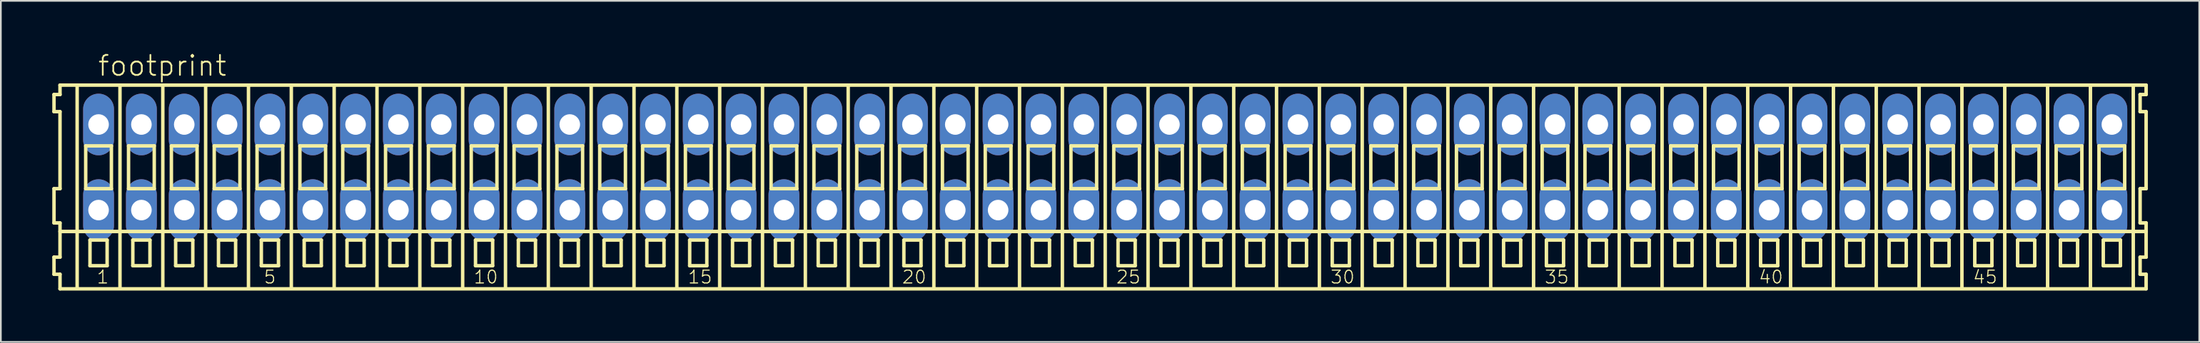
<source format=kicad_pcb>
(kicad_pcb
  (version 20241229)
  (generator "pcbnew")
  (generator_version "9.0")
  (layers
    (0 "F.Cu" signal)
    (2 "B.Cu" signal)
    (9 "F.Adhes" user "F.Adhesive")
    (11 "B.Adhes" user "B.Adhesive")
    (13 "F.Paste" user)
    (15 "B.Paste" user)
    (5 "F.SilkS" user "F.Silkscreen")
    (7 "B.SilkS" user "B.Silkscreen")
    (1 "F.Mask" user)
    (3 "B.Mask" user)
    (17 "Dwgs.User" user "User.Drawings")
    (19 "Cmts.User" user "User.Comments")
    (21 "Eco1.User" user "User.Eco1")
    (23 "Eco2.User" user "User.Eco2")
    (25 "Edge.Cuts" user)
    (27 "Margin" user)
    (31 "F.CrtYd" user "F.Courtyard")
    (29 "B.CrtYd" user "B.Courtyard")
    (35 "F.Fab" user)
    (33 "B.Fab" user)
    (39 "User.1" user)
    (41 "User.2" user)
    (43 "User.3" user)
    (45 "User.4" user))
  (footprint "footprint"
    (layer "F.Cu")
    (at 61.452 6.723)
    (property "Reference" "footprint" (at -58.85 -5.25 0) (layer "F.SilkS") (effects (font (size 1.168 1.168) (thickness 0.102)) (justify left bottom)))
    (fp_line (start -61.35 -4.25) (end -61.35 -3.25) (stroke (width 0.203) (type solid)) (layer "F.SilkS"))
    (fp_line (start -61.35 -3.25) (end -61 -3.25) (stroke (width 0.203) (type solid)) (layer "F.SilkS"))
    (fp_line (start -61.35 1.25) (end -61.35 3.25) (stroke (width 0.203) (type solid)) (layer "F.SilkS"))
    (fp_line (start -61.35 3.25) (end -61 3.25) (stroke (width 0.203) (type solid)) (layer "F.SilkS"))
    (fp_line (start -61.35 5.25) (end -61.35 6.25) (stroke (width 0.203) (type solid)) (layer "F.SilkS"))
    (fp_line (start -61.35 6.25) (end -61 6.25) (stroke (width 0.203) (type solid)) (layer "F.SilkS"))
    (fp_line (start -61 -4.8) (end -61 -4.25) (stroke (width 0.203) (type solid)) (layer "F.SilkS"))
    (fp_line (start -61 -4.25) (end -61.35 -4.25) (stroke (width 0.203) (type solid)) (layer "F.SilkS"))
    (fp_line (start -61 -3.25) (end -61 1.25) (stroke (width 0.203) (type solid)) (layer "F.SilkS"))
    (fp_line (start -61 1.25) (end -61.35 1.25) (stroke (width 0.203) (type solid)) (layer "F.SilkS"))
    (fp_line (start -61 3.25) (end -61 5.25) (stroke (width 0.203) (type solid)) (layer "F.SilkS"))
    (fp_line (start -61 3.75) (end 60.75 3.75) (stroke (width 0.203) (type solid)) (layer "F.SilkS"))
    (fp_line (start -61 5.25) (end -61.35 5.25) (stroke (width 0.203) (type solid)) (layer "F.SilkS"))
    (fp_line (start -61 6.25) (end -61 7.1) (stroke (width 0.203) (type solid)) (layer "F.SilkS"))
    (fp_line (start -61 7.1) (end 60.75 7.1) (stroke (width 0.203) (type solid)) (layer "F.SilkS"))
    (fp_line (start -60 -4.75) (end -60 7) (stroke (width 0.203) (type solid)) (layer "F.SilkS"))
    (fp_line (start -59.5 -1.25) (end -59.5 1.25) (stroke (width 0.203) (type solid)) (layer "F.SilkS"))
    (fp_line (start -59.5 1.25) (end -58 1.25) (stroke (width 0.203) (type solid)) (layer "F.SilkS"))
    (fp_line (start -59.25 4.25) (end -59.25 5.75) (stroke (width 0.203) (type solid)) (layer "F.SilkS"))
    (fp_line (start -59.25 5.75) (end -58.25 5.75) (stroke (width 0.203) (type solid)) (layer "F.SilkS"))
    (fp_line (start -58.25 4.25) (end -59.25 4.25) (stroke (width 0.203) (type solid)) (layer "F.SilkS"))
    (fp_line (start -58.25 5.75) (end -58.25 4.25) (stroke (width 0.203) (type solid)) (layer "F.SilkS"))
    (fp_line (start -58 -1.25) (end -59.5 -1.25) (stroke (width 0.203) (type solid)) (layer "F.SilkS"))
    (fp_line (start -58 1.25) (end -58 -1.25) (stroke (width 0.203) (type solid)) (layer "F.SilkS"))
    (fp_line (start -57.5 -4.75) (end -57.5 7) (stroke (width 0.203) (type solid)) (layer "F.SilkS"))
    (fp_line (start -57 -1.25) (end -57 1.25) (stroke (width 0.203) (type solid)) (layer "F.SilkS"))
    (fp_line (start -57 1.25) (end -55.5 1.25) (stroke (width 0.203) (type solid)) (layer "F.SilkS"))
    (fp_line (start -56.75 4.25) (end -56.75 5.75) (stroke (width 0.203) (type solid)) (layer "F.SilkS"))
    (fp_line (start -56.75 5.75) (end -55.75 5.75) (stroke (width 0.203) (type solid)) (layer "F.SilkS"))
    (fp_line (start -55.75 4.25) (end -56.75 4.25) (stroke (width 0.203) (type solid)) (layer "F.SilkS"))
    (fp_line (start -55.75 5.75) (end -55.75 4.25) (stroke (width 0.203) (type solid)) (layer "F.SilkS"))
    (fp_line (start -55.5 -1.25) (end -57 -1.25) (stroke (width 0.203) (type solid)) (layer "F.SilkS"))
    (fp_line (start -55.5 1.25) (end -55.5 -1.25) (stroke (width 0.203) (type solid)) (layer "F.SilkS"))
    (fp_line (start -55 -4.75) (end -55 7) (stroke (width 0.203) (type solid)) (layer "F.SilkS"))
    (fp_line (start -54.5 -1.25) (end -54.5 1.25) (stroke (width 0.203) (type solid)) (layer "F.SilkS"))
    (fp_line (start -54.5 1.25) (end -53 1.25) (stroke (width 0.203) (type solid)) (layer "F.SilkS"))
    (fp_line (start -54.25 4.25) (end -54.25 5.75) (stroke (width 0.203) (type solid)) (layer "F.SilkS"))
    (fp_line (start -54.25 5.75) (end -53.25 5.75) (stroke (width 0.203) (type solid)) (layer "F.SilkS"))
    (fp_line (start -53.25 4.25) (end -54.25 4.25) (stroke (width 0.203) (type solid)) (layer "F.SilkS"))
    (fp_line (start -53.25 5.75) (end -53.25 4.25) (stroke (width 0.203) (type solid)) (layer "F.SilkS"))
    (fp_line (start -53 -1.25) (end -54.5 -1.25) (stroke (width 0.203) (type solid)) (layer "F.SilkS"))
    (fp_line (start -53 1.25) (end -53 -1.25) (stroke (width 0.203) (type solid)) (layer "F.SilkS"))
    (fp_line (start -52.5 -4.75) (end -52.5 7) (stroke (width 0.203) (type solid)) (layer "F.SilkS"))
    (fp_line (start -52 -1.25) (end -52 1.25) (stroke (width 0.203) (type solid)) (layer "F.SilkS"))
    (fp_line (start -52 1.25) (end -50.5 1.25) (stroke (width 0.203) (type solid)) (layer "F.SilkS"))
    (fp_line (start -51.75 4.25) (end -51.75 5.75) (stroke (width 0.203) (type solid)) (layer "F.SilkS"))
    (fp_line (start -51.75 5.75) (end -50.75 5.75) (stroke (width 0.203) (type solid)) (layer "F.SilkS"))
    (fp_line (start -50.75 4.25) (end -51.75 4.25) (stroke (width 0.203) (type solid)) (layer "F.SilkS"))
    (fp_line (start -50.75 5.75) (end -50.75 4.25) (stroke (width 0.203) (type solid)) (layer "F.SilkS"))
    (fp_line (start -50.5 -1.25) (end -52 -1.25) (stroke (width 0.203) (type solid)) (layer "F.SilkS"))
    (fp_line (start -50.5 1.25) (end -50.5 -1.25) (stroke (width 0.203) (type solid)) (layer "F.SilkS"))
    (fp_line (start -50 -4.75) (end -50 7) (stroke (width 0.203) (type solid)) (layer "F.SilkS"))
    (fp_line (start -49.5 -1.25) (end -49.5 1.25) (stroke (width 0.203) (type solid)) (layer "F.SilkS"))
    (fp_line (start -49.5 1.25) (end -48 1.25) (stroke (width 0.203) (type solid)) (layer "F.SilkS"))
    (fp_line (start -49.25 4.25) (end -49.25 5.75) (stroke (width 0.203) (type solid)) (layer "F.SilkS"))
    (fp_line (start -49.25 5.75) (end -48.25 5.75) (stroke (width 0.203) (type solid)) (layer "F.SilkS"))
    (fp_line (start -48.25 4.25) (end -49.25 4.25) (stroke (width 0.203) (type solid)) (layer "F.SilkS"))
    (fp_line (start -48.25 5.75) (end -48.25 4.25) (stroke (width 0.203) (type solid)) (layer "F.SilkS"))
    (fp_line (start -48 -1.25) (end -49.5 -1.25) (stroke (width 0.203) (type solid)) (layer "F.SilkS"))
    (fp_line (start -48 1.25) (end -48 -1.25) (stroke (width 0.203) (type solid)) (layer "F.SilkS"))
    (fp_line (start -47.5 -4.75) (end -47.5 7) (stroke (width 0.203) (type solid)) (layer "F.SilkS"))
    (fp_line (start -47 -1.25) (end -47 1.25) (stroke (width 0.203) (type solid)) (layer "F.SilkS"))
    (fp_line (start -47 1.25) (end -45.5 1.25) (stroke (width 0.203) (type solid)) (layer "F.SilkS"))
    (fp_line (start -46.75 4.25) (end -46.75 5.75) (stroke (width 0.203) (type solid)) (layer "F.SilkS"))
    (fp_line (start -46.75 5.75) (end -45.75 5.75) (stroke (width 0.203) (type solid)) (layer "F.SilkS"))
    (fp_line (start -45.75 4.25) (end -46.75 4.25) (stroke (width 0.203) (type solid)) (layer "F.SilkS"))
    (fp_line (start -45.75 5.75) (end -45.75 4.25) (stroke (width 0.203) (type solid)) (layer "F.SilkS"))
    (fp_line (start -45.5 -1.25) (end -47 -1.25) (stroke (width 0.203) (type solid)) (layer "F.SilkS"))
    (fp_line (start -45.5 1.25) (end -45.5 -1.25) (stroke (width 0.203) (type solid)) (layer "F.SilkS"))
    (fp_line (start -45 -4.75) (end -45 7) (stroke (width 0.203) (type solid)) (layer "F.SilkS"))
    (fp_line (start -44.5 -1.25) (end -44.5 1.25) (stroke (width 0.203) (type solid)) (layer "F.SilkS"))
    (fp_line (start -44.5 1.25) (end -43 1.25) (stroke (width 0.203) (type solid)) (layer "F.SilkS"))
    (fp_line (start -44.25 4.25) (end -44.25 5.75) (stroke (width 0.203) (type solid)) (layer "F.SilkS"))
    (fp_line (start -44.25 5.75) (end -43.25 5.75) (stroke (width 0.203) (type solid)) (layer "F.SilkS"))
    (fp_line (start -43.25 4.25) (end -44.25 4.25) (stroke (width 0.203) (type solid)) (layer "F.SilkS"))
    (fp_line (start -43.25 5.75) (end -43.25 4.25) (stroke (width 0.203) (type solid)) (layer "F.SilkS"))
    (fp_line (start -43 -1.25) (end -44.5 -1.25) (stroke (width 0.203) (type solid)) (layer "F.SilkS"))
    (fp_line (start -43 1.25) (end -43 -1.25) (stroke (width 0.203) (type solid)) (layer "F.SilkS"))
    (fp_line (start -42.5 -4.75) (end -42.5 7) (stroke (width 0.203) (type solid)) (layer "F.SilkS"))
    (fp_line (start -42 -1.25) (end -42 1.25) (stroke (width 0.203) (type solid)) (layer "F.SilkS"))
    (fp_line (start -42 1.25) (end -40.5 1.25) (stroke (width 0.203) (type solid)) (layer "F.SilkS"))
    (fp_line (start -41.75 4.25) (end -41.75 5.75) (stroke (width 0.203) (type solid)) (layer "F.SilkS"))
    (fp_line (start -41.75 5.75) (end -40.75 5.75) (stroke (width 0.203) (type solid)) (layer "F.SilkS"))
    (fp_line (start -40.75 4.25) (end -41.75 4.25) (stroke (width 0.203) (type solid)) (layer "F.SilkS"))
    (fp_line (start -40.75 5.75) (end -40.75 4.25) (stroke (width 0.203) (type solid)) (layer "F.SilkS"))
    (fp_line (start -40.5 -1.25) (end -42 -1.25) (stroke (width 0.203) (type solid)) (layer "F.SilkS"))
    (fp_line (start -40.5 1.25) (end -40.5 -1.25) (stroke (width 0.203) (type solid)) (layer "F.SilkS"))
    (fp_line (start -40 -4.75) (end -40 7) (stroke (width 0.203) (type solid)) (layer "F.SilkS"))
    (fp_line (start -39.5 -1.25) (end -39.5 1.25) (stroke (width 0.203) (type solid)) (layer "F.SilkS"))
    (fp_line (start -39.5 1.25) (end -38 1.25) (stroke (width 0.203) (type solid)) (layer "F.SilkS"))
    (fp_line (start -39.25 4.25) (end -39.25 5.75) (stroke (width 0.203) (type solid)) (layer "F.SilkS"))
    (fp_line (start -39.25 5.75) (end -38.25 5.75) (stroke (width 0.203) (type solid)) (layer "F.SilkS"))
    (fp_line (start -38.25 4.25) (end -39.25 4.25) (stroke (width 0.203) (type solid)) (layer "F.SilkS"))
    (fp_line (start -38.25 5.75) (end -38.25 4.25) (stroke (width 0.203) (type solid)) (layer "F.SilkS"))
    (fp_line (start -38 -1.25) (end -39.5 -1.25) (stroke (width 0.203) (type solid)) (layer "F.SilkS"))
    (fp_line (start -38 1.25) (end -38 -1.25) (stroke (width 0.203) (type solid)) (layer "F.SilkS"))
    (fp_line (start -37.5 -4.75) (end -37.5 7) (stroke (width 0.203) (type solid)) (layer "F.SilkS"))
    (fp_line (start -37 -1.25) (end -37 1.25) (stroke (width 0.203) (type solid)) (layer "F.SilkS"))
    (fp_line (start -37 1.25) (end -35.5 1.25) (stroke (width 0.203) (type solid)) (layer "F.SilkS"))
    (fp_line (start -36.75 4.25) (end -36.75 5.75) (stroke (width 0.203) (type solid)) (layer "F.SilkS"))
    (fp_line (start -36.75 5.75) (end -35.75 5.75) (stroke (width 0.203) (type solid)) (layer "F.SilkS"))
    (fp_line (start -35.75 4.25) (end -36.75 4.25) (stroke (width 0.203) (type solid)) (layer "F.SilkS"))
    (fp_line (start -35.75 5.75) (end -35.75 4.25) (stroke (width 0.203) (type solid)) (layer "F.SilkS"))
    (fp_line (start -35.5 -1.25) (end -37 -1.25) (stroke (width 0.203) (type solid)) (layer "F.SilkS"))
    (fp_line (start -35.5 1.25) (end -35.5 -1.25) (stroke (width 0.203) (type solid)) (layer "F.SilkS"))
    (fp_line (start -35 -4.75) (end -35 7) (stroke (width 0.203) (type solid)) (layer "F.SilkS"))
    (fp_line (start -34.5 -1.25) (end -34.5 1.25) (stroke (width 0.203) (type solid)) (layer "F.SilkS"))
    (fp_line (start -34.5 1.25) (end -33 1.25) (stroke (width 0.203) (type solid)) (layer "F.SilkS"))
    (fp_line (start -34.25 4.25) (end -34.25 5.75) (stroke (width 0.203) (type solid)) (layer "F.SilkS"))
    (fp_line (start -34.25 5.75) (end -33.25 5.75) (stroke (width 0.203) (type solid)) (layer "F.SilkS"))
    (fp_line (start -33.25 4.25) (end -34.25 4.25) (stroke (width 0.203) (type solid)) (layer "F.SilkS"))
    (fp_line (start -33.25 5.75) (end -33.25 4.25) (stroke (width 0.203) (type solid)) (layer "F.SilkS"))
    (fp_line (start -33 -1.25) (end -34.5 -1.25) (stroke (width 0.203) (type solid)) (layer "F.SilkS"))
    (fp_line (start -33 1.25) (end -33 -1.25) (stroke (width 0.203) (type solid)) (layer "F.SilkS"))
    (fp_line (start -32.5 -4.75) (end -32.5 7) (stroke (width 0.203) (type solid)) (layer "F.SilkS"))
    (fp_line (start -32 -1.25) (end -32 1.25) (stroke (width 0.203) (type solid)) (layer "F.SilkS"))
    (fp_line (start -32 1.25) (end -30.5 1.25) (stroke (width 0.203) (type solid)) (layer "F.SilkS"))
    (fp_line (start -31.75 4.25) (end -31.75 5.75) (stroke (width 0.203) (type solid)) (layer "F.SilkS"))
    (fp_line (start -31.75 5.75) (end -30.75 5.75) (stroke (width 0.203) (type solid)) (layer "F.SilkS"))
    (fp_line (start -30.75 4.25) (end -31.75 4.25) (stroke (width 0.203) (type solid)) (layer "F.SilkS"))
    (fp_line (start -30.75 5.75) (end -30.75 4.25) (stroke (width 0.203) (type solid)) (layer "F.SilkS"))
    (fp_line (start -30.5 -1.25) (end -32 -1.25) (stroke (width 0.203) (type solid)) (layer "F.SilkS"))
    (fp_line (start -30.5 1.25) (end -30.5 -1.25) (stroke (width 0.203) (type solid)) (layer "F.SilkS"))
    (fp_line (start -30 -4.75) (end -30 7) (stroke (width 0.203) (type solid)) (layer "F.SilkS"))
    (fp_line (start -29.5 -1.25) (end -29.5 1.25) (stroke (width 0.203) (type solid)) (layer "F.SilkS"))
    (fp_line (start -29.5 1.25) (end -28 1.25) (stroke (width 0.203) (type solid)) (layer "F.SilkS"))
    (fp_line (start -29.25 4.25) (end -29.25 5.75) (stroke (width 0.203) (type solid)) (layer "F.SilkS"))
    (fp_line (start -29.25 5.75) (end -28.25 5.75) (stroke (width 0.203) (type solid)) (layer "F.SilkS"))
    (fp_line (start -28.25 4.25) (end -29.25 4.25) (stroke (width 0.203) (type solid)) (layer "F.SilkS"))
    (fp_line (start -28.25 5.75) (end -28.25 4.25) (stroke (width 0.203) (type solid)) (layer "F.SilkS"))
    (fp_line (start -28 -1.25) (end -29.5 -1.25) (stroke (width 0.203) (type solid)) (layer "F.SilkS"))
    (fp_line (start -28 1.25) (end -28 -1.25) (stroke (width 0.203) (type solid)) (layer "F.SilkS"))
    (fp_line (start -27.5 -4.75) (end -27.5 7) (stroke (width 0.203) (type solid)) (layer "F.SilkS"))
    (fp_line (start -27 -1.25) (end -27 1.25) (stroke (width 0.203) (type solid)) (layer "F.SilkS"))
    (fp_line (start -27 1.25) (end -25.5 1.25) (stroke (width 0.203) (type solid)) (layer "F.SilkS"))
    (fp_line (start -26.75 4.25) (end -26.75 5.75) (stroke (width 0.203) (type solid)) (layer "F.SilkS"))
    (fp_line (start -26.75 5.75) (end -25.75 5.75) (stroke (width 0.203) (type solid)) (layer "F.SilkS"))
    (fp_line (start -25.75 4.25) (end -26.75 4.25) (stroke (width 0.203) (type solid)) (layer "F.SilkS"))
    (fp_line (start -25.75 5.75) (end -25.75 4.25) (stroke (width 0.203) (type solid)) (layer "F.SilkS"))
    (fp_line (start -25.5 -1.25) (end -27 -1.25) (stroke (width 0.203) (type solid)) (layer "F.SilkS"))
    (fp_line (start -25.5 1.25) (end -25.5 -1.25) (stroke (width 0.203) (type solid)) (layer "F.SilkS"))
    (fp_line (start -25 -4.75) (end -25 7) (stroke (width 0.203) (type solid)) (layer "F.SilkS"))
    (fp_line (start -24.5 -1.25) (end -24.5 1.25) (stroke (width 0.203) (type solid)) (layer "F.SilkS"))
    (fp_line (start -24.5 1.25) (end -23 1.25) (stroke (width 0.203) (type solid)) (layer "F.SilkS"))
    (fp_line (start -24.25 4.25) (end -24.25 5.75) (stroke (width 0.203) (type solid)) (layer "F.SilkS"))
    (fp_line (start -24.25 5.75) (end -23.25 5.75) (stroke (width 0.203) (type solid)) (layer "F.SilkS"))
    (fp_line (start -23.25 4.25) (end -24.25 4.25) (stroke (width 0.203) (type solid)) (layer "F.SilkS"))
    (fp_line (start -23.25 5.75) (end -23.25 4.25) (stroke (width 0.203) (type solid)) (layer "F.SilkS"))
    (fp_line (start -23 -1.25) (end -24.5 -1.25) (stroke (width 0.203) (type solid)) (layer "F.SilkS"))
    (fp_line (start -23 1.25) (end -23 -1.25) (stroke (width 0.203) (type solid)) (layer "F.SilkS"))
    (fp_line (start -22.5 -4.75) (end -22.5 7) (stroke (width 0.203) (type solid)) (layer "F.SilkS"))
    (fp_line (start -22 -1.25) (end -22 1.25) (stroke (width 0.203) (type solid)) (layer "F.SilkS"))
    (fp_line (start -22 1.25) (end -20.5 1.25) (stroke (width 0.203) (type solid)) (layer "F.SilkS"))
    (fp_line (start -21.75 4.25) (end -21.75 5.75) (stroke (width 0.203) (type solid)) (layer "F.SilkS"))
    (fp_line (start -21.75 5.75) (end -20.75 5.75) (stroke (width 0.203) (type solid)) (layer "F.SilkS"))
    (fp_line (start -20.75 4.25) (end -21.75 4.25) (stroke (width 0.203) (type solid)) (layer "F.SilkS"))
    (fp_line (start -20.75 5.75) (end -20.75 4.25) (stroke (width 0.203) (type solid)) (layer "F.SilkS"))
    (fp_line (start -20.5 -1.25) (end -22 -1.25) (stroke (width 0.203) (type solid)) (layer "F.SilkS"))
    (fp_line (start -20.5 1.25) (end -20.5 -1.25) (stroke (width 0.203) (type solid)) (layer "F.SilkS"))
    (fp_line (start -20 -4.75) (end -20 7) (stroke (width 0.203) (type solid)) (layer "F.SilkS"))
    (fp_line (start -19.5 -1.25) (end -19.5 1.25) (stroke (width 0.203) (type solid)) (layer "F.SilkS"))
    (fp_line (start -19.5 1.25) (end -18 1.25) (stroke (width 0.203) (type solid)) (layer "F.SilkS"))
    (fp_line (start -19.25 4.25) (end -19.25 5.75) (stroke (width 0.203) (type solid)) (layer "F.SilkS"))
    (fp_line (start -19.25 5.75) (end -18.25 5.75) (stroke (width 0.203) (type solid)) (layer "F.SilkS"))
    (fp_line (start -18.25 4.25) (end -19.25 4.25) (stroke (width 0.203) (type solid)) (layer "F.SilkS"))
    (fp_line (start -18.25 5.75) (end -18.25 4.25) (stroke (width 0.203) (type solid)) (layer "F.SilkS"))
    (fp_line (start -18 -1.25) (end -19.5 -1.25) (stroke (width 0.203) (type solid)) (layer "F.SilkS"))
    (fp_line (start -18 1.25) (end -18 -1.25) (stroke (width 0.203) (type solid)) (layer "F.SilkS"))
    (fp_line (start -17.5 -4.75) (end -17.5 7) (stroke (width 0.203) (type solid)) (layer "F.SilkS"))
    (fp_line (start -17 -1.25) (end -17 1.25) (stroke (width 0.203) (type solid)) (layer "F.SilkS"))
    (fp_line (start -17 1.25) (end -15.5 1.25) (stroke (width 0.203) (type solid)) (layer "F.SilkS"))
    (fp_line (start -16.75 4.25) (end -16.75 5.75) (stroke (width 0.203) (type solid)) (layer "F.SilkS"))
    (fp_line (start -16.75 5.75) (end -15.75 5.75) (stroke (width 0.203) (type solid)) (layer "F.SilkS"))
    (fp_line (start -15.75 4.25) (end -16.75 4.25) (stroke (width 0.203) (type solid)) (layer "F.SilkS"))
    (fp_line (start -15.75 5.75) (end -15.75 4.25) (stroke (width 0.203) (type solid)) (layer "F.SilkS"))
    (fp_line (start -15.5 -1.25) (end -17 -1.25) (stroke (width 0.203) (type solid)) (layer "F.SilkS"))
    (fp_line (start -15.5 1.25) (end -15.5 -1.25) (stroke (width 0.203) (type solid)) (layer "F.SilkS"))
    (fp_line (start -15 -4.75) (end -15 7) (stroke (width 0.203) (type solid)) (layer "F.SilkS"))
    (fp_line (start -14.5 -1.25) (end -14.5 1.25) (stroke (width 0.203) (type solid)) (layer "F.SilkS"))
    (fp_line (start -14.5 1.25) (end -13 1.25) (stroke (width 0.203) (type solid)) (layer "F.SilkS"))
    (fp_line (start -14.25 4.25) (end -14.25 5.75) (stroke (width 0.203) (type solid)) (layer "F.SilkS"))
    (fp_line (start -14.25 5.75) (end -13.25 5.75) (stroke (width 0.203) (type solid)) (layer "F.SilkS"))
    (fp_line (start -13.25 4.25) (end -14.25 4.25) (stroke (width 0.203) (type solid)) (layer "F.SilkS"))
    (fp_line (start -13.25 5.75) (end -13.25 4.25) (stroke (width 0.203) (type solid)) (layer "F.SilkS"))
    (fp_line (start -13 -1.25) (end -14.5 -1.25) (stroke (width 0.203) (type solid)) (layer "F.SilkS"))
    (fp_line (start -13 1.25) (end -13 -1.25) (stroke (width 0.203) (type solid)) (layer "F.SilkS"))
    (fp_line (start -12.5 -4.75) (end -12.5 7) (stroke (width 0.203) (type solid)) (layer "F.SilkS"))
    (fp_line (start -12 -1.25) (end -12 1.25) (stroke (width 0.203) (type solid)) (layer "F.SilkS"))
    (fp_line (start -12 1.25) (end -10.5 1.25) (stroke (width 0.203) (type solid)) (layer "F.SilkS"))
    (fp_line (start -11.75 4.25) (end -11.75 5.75) (stroke (width 0.203) (type solid)) (layer "F.SilkS"))
    (fp_line (start -11.75 5.75) (end -10.75 5.75) (stroke (width 0.203) (type solid)) (layer "F.SilkS"))
    (fp_line (start -10.75 4.25) (end -11.75 4.25) (stroke (width 0.203) (type solid)) (layer "F.SilkS"))
    (fp_line (start -10.75 5.75) (end -10.75 4.25) (stroke (width 0.203) (type solid)) (layer "F.SilkS"))
    (fp_line (start -10.5 -1.25) (end -12 -1.25) (stroke (width 0.203) (type solid)) (layer "F.SilkS"))
    (fp_line (start -10.5 1.25) (end -10.5 -1.25) (stroke (width 0.203) (type solid)) (layer "F.SilkS"))
    (fp_line (start -10 -4.75) (end -10 7) (stroke (width 0.203) (type solid)) (layer "F.SilkS"))
    (fp_line (start -9.5 -1.25) (end -9.5 1.25) (stroke (width 0.203) (type solid)) (layer "F.SilkS"))
    (fp_line (start -9.5 1.25) (end -8 1.25) (stroke (width 0.203) (type solid)) (layer "F.SilkS"))
    (fp_line (start -9.25 4.25) (end -9.25 5.75) (stroke (width 0.203) (type solid)) (layer "F.SilkS"))
    (fp_line (start -9.25 5.75) (end -8.25 5.75) (stroke (width 0.203) (type solid)) (layer "F.SilkS"))
    (fp_line (start -8.25 4.25) (end -9.25 4.25) (stroke (width 0.203) (type solid)) (layer "F.SilkS"))
    (fp_line (start -8.25 5.75) (end -8.25 4.25) (stroke (width 0.203) (type solid)) (layer "F.SilkS"))
    (fp_line (start -8 -1.25) (end -9.5 -1.25) (stroke (width 0.203) (type solid)) (layer "F.SilkS"))
    (fp_line (start -8 1.25) (end -8 -1.25) (stroke (width 0.203) (type solid)) (layer "F.SilkS"))
    (fp_line (start -7.5 -4.75) (end -7.5 7) (stroke (width 0.203) (type solid)) (layer "F.SilkS"))
    (fp_line (start -7 -1.25) (end -7 1.25) (stroke (width 0.203) (type solid)) (layer "F.SilkS"))
    (fp_line (start -7 1.25) (end -5.5 1.25) (stroke (width 0.203) (type solid)) (layer "F.SilkS"))
    (fp_line (start -6.75 4.25) (end -6.75 5.75) (stroke (width 0.203) (type solid)) (layer "F.SilkS"))
    (fp_line (start -6.75 5.75) (end -5.75 5.75) (stroke (width 0.203) (type solid)) (layer "F.SilkS"))
    (fp_line (start -5.75 4.25) (end -6.75 4.25) (stroke (width 0.203) (type solid)) (layer "F.SilkS"))
    (fp_line (start -5.75 5.75) (end -5.75 4.25) (stroke (width 0.203) (type solid)) (layer "F.SilkS"))
    (fp_line (start -5.5 -1.25) (end -7 -1.25) (stroke (width 0.203) (type solid)) (layer "F.SilkS"))
    (fp_line (start -5.5 1.25) (end -5.5 -1.25) (stroke (width 0.203) (type solid)) (layer "F.SilkS"))
    (fp_line (start -5 -4.75) (end -5 7) (stroke (width 0.203) (type solid)) (layer "F.SilkS"))
    (fp_line (start -4.5 -1.25) (end -4.5 1.25) (stroke (width 0.203) (type solid)) (layer "F.SilkS"))
    (fp_line (start -4.5 1.25) (end -3 1.25) (stroke (width 0.203) (type solid)) (layer "F.SilkS"))
    (fp_line (start -4.25 4.25) (end -4.25 5.75) (stroke (width 0.203) (type solid)) (layer "F.SilkS"))
    (fp_line (start -4.25 5.75) (end -3.25 5.75) (stroke (width 0.203) (type solid)) (layer "F.SilkS"))
    (fp_line (start -3.25 4.25) (end -4.25 4.25) (stroke (width 0.203) (type solid)) (layer "F.SilkS"))
    (fp_line (start -3.25 5.75) (end -3.25 4.25) (stroke (width 0.203) (type solid)) (layer "F.SilkS"))
    (fp_line (start -3 -1.25) (end -4.5 -1.25) (stroke (width 0.203) (type solid)) (layer "F.SilkS"))
    (fp_line (start -3 1.25) (end -3 -1.25) (stroke (width 0.203) (type solid)) (layer "F.SilkS"))
    (fp_line (start -2.5 -4.75) (end -2.5 7) (stroke (width 0.203) (type solid)) (layer "F.SilkS"))
    (fp_line (start -2 -1.25) (end -2 1.25) (stroke (width 0.203) (type solid)) (layer "F.SilkS"))
    (fp_line (start -2 1.25) (end -0.5 1.25) (stroke (width 0.203) (type solid)) (layer "F.SilkS"))
    (fp_line (start -1.75 4.25) (end -1.75 5.75) (stroke (width 0.203) (type solid)) (layer "F.SilkS"))
    (fp_line (start -1.75 5.75) (end -0.75 5.75) (stroke (width 0.203) (type solid)) (layer "F.SilkS"))
    (fp_line (start -0.75 4.25) (end -1.75 4.25) (stroke (width 0.203) (type solid)) (layer "F.SilkS"))
    (fp_line (start -0.75 5.75) (end -0.75 4.25) (stroke (width 0.203) (type solid)) (layer "F.SilkS"))
    (fp_line (start -0.5 -1.25) (end -2 -1.25) (stroke (width 0.203) (type solid)) (layer "F.SilkS"))
    (fp_line (start -0.5 1.25) (end -0.5 -1.25) (stroke (width 0.203) (type solid)) (layer "F.SilkS"))
    (fp_line (start 0 -4.75) (end 0 7) (stroke (width 0.203) (type solid)) (layer "F.SilkS"))
    (fp_line (start 0.5 -1.25) (end 0.5 1.25) (stroke (width 0.203) (type solid)) (layer "F.SilkS"))
    (fp_line (start 0.5 1.25) (end 2 1.25) (stroke (width 0.203) (type solid)) (layer "F.SilkS"))
    (fp_line (start 0.75 4.25) (end 0.75 5.75) (stroke (width 0.203) (type solid)) (layer "F.SilkS"))
    (fp_line (start 0.75 5.75) (end 1.75 5.75) (stroke (width 0.203) (type solid)) (layer "F.SilkS"))
    (fp_line (start 1.75 4.25) (end 0.75 4.25) (stroke (width 0.203) (type solid)) (layer "F.SilkS"))
    (fp_line (start 1.75 5.75) (end 1.75 4.25) (stroke (width 0.203) (type solid)) (layer "F.SilkS"))
    (fp_line (start 2 -1.25) (end 0.5 -1.25) (stroke (width 0.203) (type solid)) (layer "F.SilkS"))
    (fp_line (start 2 1.25) (end 2 -1.25) (stroke (width 0.203) (type solid)) (layer "F.SilkS"))
    (fp_line (start 2.5 -4.75) (end 2.5 7) (stroke (width 0.203) (type solid)) (layer "F.SilkS"))
    (fp_line (start 3 -1.25) (end 3 1.25) (stroke (width 0.203) (type solid)) (layer "F.SilkS"))
    (fp_line (start 3 1.25) (end 4.5 1.25) (stroke (width 0.203) (type solid)) (layer "F.SilkS"))
    (fp_line (start 3.25 4.25) (end 3.25 5.75) (stroke (width 0.203) (type solid)) (layer "F.SilkS"))
    (fp_line (start 3.25 5.75) (end 4.25 5.75) (stroke (width 0.203) (type solid)) (layer "F.SilkS"))
    (fp_line (start 4.25 4.25) (end 3.25 4.25) (stroke (width 0.203) (type solid)) (layer "F.SilkS"))
    (fp_line (start 4.25 5.75) (end 4.25 4.25) (stroke (width 0.203) (type solid)) (layer "F.SilkS"))
    (fp_line (start 4.5 -1.25) (end 3 -1.25) (stroke (width 0.203) (type solid)) (layer "F.SilkS"))
    (fp_line (start 4.5 1.25) (end 4.5 -1.25) (stroke (width 0.203) (type solid)) (layer "F.SilkS"))
    (fp_line (start 5 -4.75) (end 5 7) (stroke (width 0.203) (type solid)) (layer "F.SilkS"))
    (fp_line (start 5.5 -1.25) (end 5.5 1.25) (stroke (width 0.203) (type solid)) (layer "F.SilkS"))
    (fp_line (start 5.5 1.25) (end 7 1.25) (stroke (width 0.203) (type solid)) (layer "F.SilkS"))
    (fp_line (start 5.75 4.25) (end 5.75 5.75) (stroke (width 0.203) (type solid)) (layer "F.SilkS"))
    (fp_line (start 5.75 5.75) (end 6.75 5.75) (stroke (width 0.203) (type solid)) (layer "F.SilkS"))
    (fp_line (start 6.75 4.25) (end 5.75 4.25) (stroke (width 0.203) (type solid)) (layer "F.SilkS"))
    (fp_line (start 6.75 5.75) (end 6.75 4.25) (stroke (width 0.203) (type solid)) (layer "F.SilkS"))
    (fp_line (start 7 -1.25) (end 5.5 -1.25) (stroke (width 0.203) (type solid)) (layer "F.SilkS"))
    (fp_line (start 7 1.25) (end 7 -1.25) (stroke (width 0.203) (type solid)) (layer "F.SilkS"))
    (fp_line (start 7.5 -4.75) (end 7.5 7) (stroke (width 0.203) (type solid)) (layer "F.SilkS"))
    (fp_line (start 8 -1.25) (end 8 1.25) (stroke (width 0.203) (type solid)) (layer "F.SilkS"))
    (fp_line (start 8 1.25) (end 9.5 1.25) (stroke (width 0.203) (type solid)) (layer "F.SilkS"))
    (fp_line (start 8.25 4.25) (end 8.25 5.75) (stroke (width 0.203) (type solid)) (layer "F.SilkS"))
    (fp_line (start 8.25 5.75) (end 9.25 5.75) (stroke (width 0.203) (type solid)) (layer "F.SilkS"))
    (fp_line (start 9.25 4.25) (end 8.25 4.25) (stroke (width 0.203) (type solid)) (layer "F.SilkS"))
    (fp_line (start 9.25 5.75) (end 9.25 4.25) (stroke (width 0.203) (type solid)) (layer "F.SilkS"))
    (fp_line (start 9.5 -1.25) (end 8 -1.25) (stroke (width 0.203) (type solid)) (layer "F.SilkS"))
    (fp_line (start 9.5 1.25) (end 9.5 -1.25) (stroke (width 0.203) (type solid)) (layer "F.SilkS"))
    (fp_line (start 10 -4.75) (end 10 7) (stroke (width 0.203) (type solid)) (layer "F.SilkS"))
    (fp_line (start 10.5 -1.25) (end 10.5 1.25) (stroke (width 0.203) (type solid)) (layer "F.SilkS"))
    (fp_line (start 10.5 1.25) (end 12 1.25) (stroke (width 0.203) (type solid)) (layer "F.SilkS"))
    (fp_line (start 10.75 4.25) (end 10.75 5.75) (stroke (width 0.203) (type solid)) (layer "F.SilkS"))
    (fp_line (start 10.75 5.75) (end 11.75 5.75) (stroke (width 0.203) (type solid)) (layer "F.SilkS"))
    (fp_line (start 11.75 4.25) (end 10.75 4.25) (stroke (width 0.203) (type solid)) (layer "F.SilkS"))
    (fp_line (start 11.75 5.75) (end 11.75 4.25) (stroke (width 0.203) (type solid)) (layer "F.SilkS"))
    (fp_line (start 12 -1.25) (end 10.5 -1.25) (stroke (width 0.203) (type solid)) (layer "F.SilkS"))
    (fp_line (start 12 1.25) (end 12 -1.25) (stroke (width 0.203) (type solid)) (layer "F.SilkS"))
    (fp_line (start 12.5 -4.75) (end 12.5 7) (stroke (width 0.203) (type solid)) (layer "F.SilkS"))
    (fp_line (start 13 -1.25) (end 13 1.25) (stroke (width 0.203) (type solid)) (layer "F.SilkS"))
    (fp_line (start 13 1.25) (end 14.5 1.25) (stroke (width 0.203) (type solid)) (layer "F.SilkS"))
    (fp_line (start 13.25 4.25) (end 13.25 5.75) (stroke (width 0.203) (type solid)) (layer "F.SilkS"))
    (fp_line (start 13.25 5.75) (end 14.25 5.75) (stroke (width 0.203) (type solid)) (layer "F.SilkS"))
    (fp_line (start 14.25 4.25) (end 13.25 4.25) (stroke (width 0.203) (type solid)) (layer "F.SilkS"))
    (fp_line (start 14.25 5.75) (end 14.25 4.25) (stroke (width 0.203) (type solid)) (layer "F.SilkS"))
    (fp_line (start 14.5 -1.25) (end 13 -1.25) (stroke (width 0.203) (type solid)) (layer "F.SilkS"))
    (fp_line (start 14.5 1.25) (end 14.5 -1.25) (stroke (width 0.203) (type solid)) (layer "F.SilkS"))
    (fp_line (start 15 -4.75) (end 15 7) (stroke (width 0.203) (type solid)) (layer "F.SilkS"))
    (fp_line (start 15.5 -1.25) (end 15.5 1.25) (stroke (width 0.203) (type solid)) (layer "F.SilkS"))
    (fp_line (start 15.5 1.25) (end 17 1.25) (stroke (width 0.203) (type solid)) (layer "F.SilkS"))
    (fp_line (start 15.75 4.25) (end 15.75 5.75) (stroke (width 0.203) (type solid)) (layer "F.SilkS"))
    (fp_line (start 15.75 5.75) (end 16.75 5.75) (stroke (width 0.203) (type solid)) (layer "F.SilkS"))
    (fp_line (start 16.75 4.25) (end 15.75 4.25) (stroke (width 0.203) (type solid)) (layer "F.SilkS"))
    (fp_line (start 16.75 5.75) (end 16.75 4.25) (stroke (width 0.203) (type solid)) (layer "F.SilkS"))
    (fp_line (start 17 -1.25) (end 15.5 -1.25) (stroke (width 0.203) (type solid)) (layer "F.SilkS"))
    (fp_line (start 17 1.25) (end 17 -1.25) (stroke (width 0.203) (type solid)) (layer "F.SilkS"))
    (fp_line (start 17.5 -4.75) (end 17.5 7) (stroke (width 0.203) (type solid)) (layer "F.SilkS"))
    (fp_line (start 18 -1.25) (end 18 1.25) (stroke (width 0.203) (type solid)) (layer "F.SilkS"))
    (fp_line (start 18 1.25) (end 19.5 1.25) (stroke (width 0.203) (type solid)) (layer "F.SilkS"))
    (fp_line (start 18.25 4.25) (end 18.25 5.75) (stroke (width 0.203) (type solid)) (layer "F.SilkS"))
    (fp_line (start 18.25 5.75) (end 19.25 5.75) (stroke (width 0.203) (type solid)) (layer "F.SilkS"))
    (fp_line (start 19.25 4.25) (end 18.25 4.25) (stroke (width 0.203) (type solid)) (layer "F.SilkS"))
    (fp_line (start 19.25 5.75) (end 19.25 4.25) (stroke (width 0.203) (type solid)) (layer "F.SilkS"))
    (fp_line (start 19.5 -1.25) (end 18 -1.25) (stroke (width 0.203) (type solid)) (layer "F.SilkS"))
    (fp_line (start 19.5 1.25) (end 19.5 -1.25) (stroke (width 0.203) (type solid)) (layer "F.SilkS"))
    (fp_line (start 20 -4.75) (end 20 7) (stroke (width 0.203) (type solid)) (layer "F.SilkS"))
    (fp_line (start 20.5 -1.25) (end 20.5 1.25) (stroke (width 0.203) (type solid)) (layer "F.SilkS"))
    (fp_line (start 20.5 1.25) (end 22 1.25) (stroke (width 0.203) (type solid)) (layer "F.SilkS"))
    (fp_line (start 20.75 4.25) (end 20.75 5.75) (stroke (width 0.203) (type solid)) (layer "F.SilkS"))
    (fp_line (start 20.75 5.75) (end 21.75 5.75) (stroke (width 0.203) (type solid)) (layer "F.SilkS"))
    (fp_line (start 21.75 4.25) (end 20.75 4.25) (stroke (width 0.203) (type solid)) (layer "F.SilkS"))
    (fp_line (start 21.75 5.75) (end 21.75 4.25) (stroke (width 0.203) (type solid)) (layer "F.SilkS"))
    (fp_line (start 22 -1.25) (end 20.5 -1.25) (stroke (width 0.203) (type solid)) (layer "F.SilkS"))
    (fp_line (start 22 1.25) (end 22 -1.25) (stroke (width 0.203) (type solid)) (layer "F.SilkS"))
    (fp_line (start 22.5 -4.75) (end 22.5 7) (stroke (width 0.203) (type solid)) (layer "F.SilkS"))
    (fp_line (start 23 -1.25) (end 23 1.25) (stroke (width 0.203) (type solid)) (layer "F.SilkS"))
    (fp_line (start 23 1.25) (end 24.5 1.25) (stroke (width 0.203) (type solid)) (layer "F.SilkS"))
    (fp_line (start 23.25 4.25) (end 23.25 5.75) (stroke (width 0.203) (type solid)) (layer "F.SilkS"))
    (fp_line (start 23.25 5.75) (end 24.25 5.75) (stroke (width 0.203) (type solid)) (layer "F.SilkS"))
    (fp_line (start 24.25 4.25) (end 23.25 4.25) (stroke (width 0.203) (type solid)) (layer "F.SilkS"))
    (fp_line (start 24.25 5.75) (end 24.25 4.25) (stroke (width 0.203) (type solid)) (layer "F.SilkS"))
    (fp_line (start 24.5 -1.25) (end 23 -1.25) (stroke (width 0.203) (type solid)) (layer "F.SilkS"))
    (fp_line (start 24.5 1.25) (end 24.5 -1.25) (stroke (width 0.203) (type solid)) (layer "F.SilkS"))
    (fp_line (start 25 -4.75) (end 25 7) (stroke (width 0.203) (type solid)) (layer "F.SilkS"))
    (fp_line (start 25.5 -1.25) (end 25.5 1.25) (stroke (width 0.203) (type solid)) (layer "F.SilkS"))
    (fp_line (start 25.5 1.25) (end 27 1.25) (stroke (width 0.203) (type solid)) (layer "F.SilkS"))
    (fp_line (start 25.75 4.25) (end 25.75 5.75) (stroke (width 0.203) (type solid)) (layer "F.SilkS"))
    (fp_line (start 25.75 5.75) (end 26.75 5.75) (stroke (width 0.203) (type solid)) (layer "F.SilkS"))
    (fp_line (start 26.75 4.25) (end 25.75 4.25) (stroke (width 0.203) (type solid)) (layer "F.SilkS"))
    (fp_line (start 26.75 5.75) (end 26.75 4.25) (stroke (width 0.203) (type solid)) (layer "F.SilkS"))
    (fp_line (start 27 -1.25) (end 25.5 -1.25) (stroke (width 0.203) (type solid)) (layer "F.SilkS"))
    (fp_line (start 27 1.25) (end 27 -1.25) (stroke (width 0.203) (type solid)) (layer "F.SilkS"))
    (fp_line (start 27.5 -4.75) (end 27.5 7) (stroke (width 0.203) (type solid)) (layer "F.SilkS"))
    (fp_line (start 28 -1.25) (end 28 1.25) (stroke (width 0.203) (type solid)) (layer "F.SilkS"))
    (fp_line (start 28 1.25) (end 29.5 1.25) (stroke (width 0.203) (type solid)) (layer "F.SilkS"))
    (fp_line (start 28.25 4.25) (end 28.25 5.75) (stroke (width 0.203) (type solid)) (layer "F.SilkS"))
    (fp_line (start 28.25 5.75) (end 29.25 5.75) (stroke (width 0.203) (type solid)) (layer "F.SilkS"))
    (fp_line (start 29.25 4.25) (end 28.25 4.25) (stroke (width 0.203) (type solid)) (layer "F.SilkS"))
    (fp_line (start 29.25 5.75) (end 29.25 4.25) (stroke (width 0.203) (type solid)) (layer "F.SilkS"))
    (fp_line (start 29.5 -1.25) (end 28 -1.25) (stroke (width 0.203) (type solid)) (layer "F.SilkS"))
    (fp_line (start 29.5 1.25) (end 29.5 -1.25) (stroke (width 0.203) (type solid)) (layer "F.SilkS"))
    (fp_line (start 30 -4.75) (end 30 7) (stroke (width 0.203) (type solid)) (layer "F.SilkS"))
    (fp_line (start 30.5 -1.25) (end 30.5 1.25) (stroke (width 0.203) (type solid)) (layer "F.SilkS"))
    (fp_line (start 30.5 1.25) (end 32 1.25) (stroke (width 0.203) (type solid)) (layer "F.SilkS"))
    (fp_line (start 30.75 4.25) (end 30.75 5.75) (stroke (width 0.203) (type solid)) (layer "F.SilkS"))
    (fp_line (start 30.75 5.75) (end 31.75 5.75) (stroke (width 0.203) (type solid)) (layer "F.SilkS"))
    (fp_line (start 31.75 4.25) (end 30.75 4.25) (stroke (width 0.203) (type solid)) (layer "F.SilkS"))
    (fp_line (start 31.75 5.75) (end 31.75 4.25) (stroke (width 0.203) (type solid)) (layer "F.SilkS"))
    (fp_line (start 32 -1.25) (end 30.5 -1.25) (stroke (width 0.203) (type solid)) (layer "F.SilkS"))
    (fp_line (start 32 1.25) (end 32 -1.25) (stroke (width 0.203) (type solid)) (layer "F.SilkS"))
    (fp_line (start 32.5 -4.75) (end 32.5 7) (stroke (width 0.203) (type solid)) (layer "F.SilkS"))
    (fp_line (start 33 -1.25) (end 33 1.25) (stroke (width 0.203) (type solid)) (layer "F.SilkS"))
    (fp_line (start 33 1.25) (end 34.5 1.25) (stroke (width 0.203) (type solid)) (layer "F.SilkS"))
    (fp_line (start 33.25 4.25) (end 33.25 5.75) (stroke (width 0.203) (type solid)) (layer "F.SilkS"))
    (fp_line (start 33.25 5.75) (end 34.25 5.75) (stroke (width 0.203) (type solid)) (layer "F.SilkS"))
    (fp_line (start 34.25 4.25) (end 33.25 4.25) (stroke (width 0.203) (type solid)) (layer "F.SilkS"))
    (fp_line (start 34.25 5.75) (end 34.25 4.25) (stroke (width 0.203) (type solid)) (layer "F.SilkS"))
    (fp_line (start 34.5 -1.25) (end 33 -1.25) (stroke (width 0.203) (type solid)) (layer "F.SilkS"))
    (fp_line (start 34.5 1.25) (end 34.5 -1.25) (stroke (width 0.203) (type solid)) (layer "F.SilkS"))
    (fp_line (start 35 -4.75) (end 35 7) (stroke (width 0.203) (type solid)) (layer "F.SilkS"))
    (fp_line (start 35.5 -1.25) (end 35.5 1.25) (stroke (width 0.203) (type solid)) (layer "F.SilkS"))
    (fp_line (start 35.5 1.25) (end 37 1.25) (stroke (width 0.203) (type solid)) (layer "F.SilkS"))
    (fp_line (start 35.75 4.25) (end 35.75 5.75) (stroke (width 0.203) (type solid)) (layer "F.SilkS"))
    (fp_line (start 35.75 5.75) (end 36.75 5.75) (stroke (width 0.203) (type solid)) (layer "F.SilkS"))
    (fp_line (start 36.75 4.25) (end 35.75 4.25) (stroke (width 0.203) (type solid)) (layer "F.SilkS"))
    (fp_line (start 36.75 5.75) (end 36.75 4.25) (stroke (width 0.203) (type solid)) (layer "F.SilkS"))
    (fp_line (start 37 -1.25) (end 35.5 -1.25) (stroke (width 0.203) (type solid)) (layer "F.SilkS"))
    (fp_line (start 37 1.25) (end 37 -1.25) (stroke (width 0.203) (type solid)) (layer "F.SilkS"))
    (fp_line (start 37.5 -4.75) (end 37.5 7) (stroke (width 0.203) (type solid)) (layer "F.SilkS"))
    (fp_line (start 38 -1.25) (end 38 1.25) (stroke (width 0.203) (type solid)) (layer "F.SilkS"))
    (fp_line (start 38 1.25) (end 39.5 1.25) (stroke (width 0.203) (type solid)) (layer "F.SilkS"))
    (fp_line (start 38.25 4.25) (end 38.25 5.75) (stroke (width 0.203) (type solid)) (layer "F.SilkS"))
    (fp_line (start 38.25 5.75) (end 39.25 5.75) (stroke (width 0.203) (type solid)) (layer "F.SilkS"))
    (fp_line (start 39.25 4.25) (end 38.25 4.25) (stroke (width 0.203) (type solid)) (layer "F.SilkS"))
    (fp_line (start 39.25 5.75) (end 39.25 4.25) (stroke (width 0.203) (type solid)) (layer "F.SilkS"))
    (fp_line (start 39.5 -1.25) (end 38 -1.25) (stroke (width 0.203) (type solid)) (layer "F.SilkS"))
    (fp_line (start 39.5 1.25) (end 39.5 -1.25) (stroke (width 0.203) (type solid)) (layer "F.SilkS"))
    (fp_line (start 40 -4.75) (end 40 7) (stroke (width 0.203) (type solid)) (layer "F.SilkS"))
    (fp_line (start 40.5 -1.25) (end 40.5 1.25) (stroke (width 0.203) (type solid)) (layer "F.SilkS"))
    (fp_line (start 40.5 1.25) (end 42 1.25) (stroke (width 0.203) (type solid)) (layer "F.SilkS"))
    (fp_line (start 40.75 4.25) (end 40.75 5.75) (stroke (width 0.203) (type solid)) (layer "F.SilkS"))
    (fp_line (start 40.75 5.75) (end 41.75 5.75) (stroke (width 0.203) (type solid)) (layer "F.SilkS"))
    (fp_line (start 41.75 4.25) (end 40.75 4.25) (stroke (width 0.203) (type solid)) (layer "F.SilkS"))
    (fp_line (start 41.75 5.75) (end 41.75 4.25) (stroke (width 0.203) (type solid)) (layer "F.SilkS"))
    (fp_line (start 42 -1.25) (end 40.5 -1.25) (stroke (width 0.203) (type solid)) (layer "F.SilkS"))
    (fp_line (start 42 1.25) (end 42 -1.25) (stroke (width 0.203) (type solid)) (layer "F.SilkS"))
    (fp_line (start 42.5 -4.75) (end 42.5 7) (stroke (width 0.203) (type solid)) (layer "F.SilkS"))
    (fp_line (start 43 -1.25) (end 43 1.25) (stroke (width 0.203) (type solid)) (layer "F.SilkS"))
    (fp_line (start 43 1.25) (end 44.5 1.25) (stroke (width 0.203) (type solid)) (layer "F.SilkS"))
    (fp_line (start 43.25 4.25) (end 43.25 5.75) (stroke (width 0.203) (type solid)) (layer "F.SilkS"))
    (fp_line (start 43.25 5.75) (end 44.25 5.75) (stroke (width 0.203) (type solid)) (layer "F.SilkS"))
    (fp_line (start 44.25 4.25) (end 43.25 4.25) (stroke (width 0.203) (type solid)) (layer "F.SilkS"))
    (fp_line (start 44.25 5.75) (end 44.25 4.25) (stroke (width 0.203) (type solid)) (layer "F.SilkS"))
    (fp_line (start 44.5 -1.25) (end 43 -1.25) (stroke (width 0.203) (type solid)) (layer "F.SilkS"))
    (fp_line (start 44.5 1.25) (end 44.5 -1.25) (stroke (width 0.203) (type solid)) (layer "F.SilkS"))
    (fp_line (start 45 -4.75) (end 45 7) (stroke (width 0.203) (type solid)) (layer "F.SilkS"))
    (fp_line (start 45.5 -1.25) (end 45.5 1.25) (stroke (width 0.203) (type solid)) (layer "F.SilkS"))
    (fp_line (start 45.5 1.25) (end 47 1.25) (stroke (width 0.203) (type solid)) (layer "F.SilkS"))
    (fp_line (start 45.75 4.25) (end 45.75 5.75) (stroke (width 0.203) (type solid)) (layer "F.SilkS"))
    (fp_line (start 45.75 5.75) (end 46.75 5.75) (stroke (width 0.203) (type solid)) (layer "F.SilkS"))
    (fp_line (start 46.75 4.25) (end 45.75 4.25) (stroke (width 0.203) (type solid)) (layer "F.SilkS"))
    (fp_line (start 46.75 5.75) (end 46.75 4.25) (stroke (width 0.203) (type solid)) (layer "F.SilkS"))
    (fp_line (start 47 -1.25) (end 45.5 -1.25) (stroke (width 0.203) (type solid)) (layer "F.SilkS"))
    (fp_line (start 47 1.25) (end 47 -1.25) (stroke (width 0.203) (type solid)) (layer "F.SilkS"))
    (fp_line (start 47.5 -4.75) (end 47.5 7) (stroke (width 0.203) (type solid)) (layer "F.SilkS"))
    (fp_line (start 48 -1.25) (end 48 1.25) (stroke (width 0.203) (type solid)) (layer "F.SilkS"))
    (fp_line (start 48 1.25) (end 49.5 1.25) (stroke (width 0.203) (type solid)) (layer "F.SilkS"))
    (fp_line (start 48.25 4.25) (end 48.25 5.75) (stroke (width 0.203) (type solid)) (layer "F.SilkS"))
    (fp_line (start 48.25 5.75) (end 49.25 5.75) (stroke (width 0.203) (type solid)) (layer "F.SilkS"))
    (fp_line (start 49.25 4.25) (end 48.25 4.25) (stroke (width 0.203) (type solid)) (layer "F.SilkS"))
    (fp_line (start 49.25 5.75) (end 49.25 4.25) (stroke (width 0.203) (type solid)) (layer "F.SilkS"))
    (fp_line (start 49.5 -1.25) (end 48 -1.25) (stroke (width 0.203) (type solid)) (layer "F.SilkS"))
    (fp_line (start 49.5 1.25) (end 49.5 -1.25) (stroke (width 0.203) (type solid)) (layer "F.SilkS"))
    (fp_line (start 50 -4.75) (end 50 7) (stroke (width 0.203) (type solid)) (layer "F.SilkS"))
    (fp_line (start 50.5 -1.25) (end 50.5 1.25) (stroke (width 0.203) (type solid)) (layer "F.SilkS"))
    (fp_line (start 50.5 1.25) (end 52 1.25) (stroke (width 0.203) (type solid)) (layer "F.SilkS"))
    (fp_line (start 50.75 4.25) (end 50.75 5.75) (stroke (width 0.203) (type solid)) (layer "F.SilkS"))
    (fp_line (start 50.75 5.75) (end 51.75 5.75) (stroke (width 0.203) (type solid)) (layer "F.SilkS"))
    (fp_line (start 51.75 4.25) (end 50.75 4.25) (stroke (width 0.203) (type solid)) (layer "F.SilkS"))
    (fp_line (start 51.75 5.75) (end 51.75 4.25) (stroke (width 0.203) (type solid)) (layer "F.SilkS"))
    (fp_line (start 52 -1.25) (end 50.5 -1.25) (stroke (width 0.203) (type solid)) (layer "F.SilkS"))
    (fp_line (start 52 1.25) (end 52 -1.25) (stroke (width 0.203) (type solid)) (layer "F.SilkS"))
    (fp_line (start 52.5 -4.75) (end 52.5 7) (stroke (width 0.203) (type solid)) (layer "F.SilkS"))
    (fp_line (start 53 -1.25) (end 53 1.25) (stroke (width 0.203) (type solid)) (layer "F.SilkS"))
    (fp_line (start 53 1.25) (end 54.5 1.25) (stroke (width 0.203) (type solid)) (layer "F.SilkS"))
    (fp_line (start 53.25 4.25) (end 53.25 5.75) (stroke (width 0.203) (type solid)) (layer "F.SilkS"))
    (fp_line (start 53.25 5.75) (end 54.25 5.75) (stroke (width 0.203) (type solid)) (layer "F.SilkS"))
    (fp_line (start 54.25 4.25) (end 53.25 4.25) (stroke (width 0.203) (type solid)) (layer "F.SilkS"))
    (fp_line (start 54.25 5.75) (end 54.25 4.25) (stroke (width 0.203) (type solid)) (layer "F.SilkS"))
    (fp_line (start 54.5 -1.25) (end 53 -1.25) (stroke (width 0.203) (type solid)) (layer "F.SilkS"))
    (fp_line (start 54.5 1.25) (end 54.5 -1.25) (stroke (width 0.203) (type solid)) (layer "F.SilkS"))
    (fp_line (start 55 -4.75) (end 55 7) (stroke (width 0.203) (type solid)) (layer "F.SilkS"))
    (fp_line (start 55.5 -1.25) (end 55.5 1.25) (stroke (width 0.203) (type solid)) (layer "F.SilkS"))
    (fp_line (start 55.5 1.25) (end 57 1.25) (stroke (width 0.203) (type solid)) (layer "F.SilkS"))
    (fp_line (start 55.75 4.25) (end 55.75 5.75) (stroke (width 0.203) (type solid)) (layer "F.SilkS"))
    (fp_line (start 55.75 5.75) (end 56.75 5.75) (stroke (width 0.203) (type solid)) (layer "F.SilkS"))
    (fp_line (start 56.75 4.25) (end 55.75 4.25) (stroke (width 0.203) (type solid)) (layer "F.SilkS"))
    (fp_line (start 56.75 5.75) (end 56.75 4.25) (stroke (width 0.203) (type solid)) (layer "F.SilkS"))
    (fp_line (start 57 -1.25) (end 55.5 -1.25) (stroke (width 0.203) (type solid)) (layer "F.SilkS"))
    (fp_line (start 57 1.25) (end 57 -1.25) (stroke (width 0.203) (type solid)) (layer "F.SilkS"))
    (fp_line (start 57.5 -4.75) (end 57.5 7) (stroke (width 0.203) (type solid)) (layer "F.SilkS"))
    (fp_line (start 58 -1.25) (end 58 1.25) (stroke (width 0.203) (type solid)) (layer "F.SilkS"))
    (fp_line (start 58 1.25) (end 59.5 1.25) (stroke (width 0.203) (type solid)) (layer "F.SilkS"))
    (fp_line (start 58.25 4.25) (end 58.25 5.75) (stroke (width 0.203) (type solid)) (layer "F.SilkS"))
    (fp_line (start 58.25 5.75) (end 59.25 5.75) (stroke (width 0.203) (type solid)) (layer "F.SilkS"))
    (fp_line (start 59.25 4.25) (end 58.25 4.25) (stroke (width 0.203) (type solid)) (layer "F.SilkS"))
    (fp_line (start 59.25 5.75) (end 59.25 4.25) (stroke (width 0.203) (type solid)) (layer "F.SilkS"))
    (fp_line (start 59.5 -1.25) (end 58 -1.25) (stroke (width 0.203) (type solid)) (layer "F.SilkS"))
    (fp_line (start 59.5 1.25) (end 59.5 -1.25) (stroke (width 0.203) (type solid)) (layer "F.SilkS"))
    (fp_line (start 60 -4.75) (end 60 7) (stroke (width 0.203) (type solid)) (layer "F.SilkS"))
    (fp_line (start 60.4 -4.25) (end 60.4 -3.25) (stroke (width 0.203) (type solid)) (layer "F.SilkS"))
    (fp_line (start 60.4 -3.25) (end 60.75 -3.25) (stroke (width 0.203) (type solid)) (layer "F.SilkS"))
    (fp_line (start 60.4 1.25) (end 60.4 3.25) (stroke (width 0.203) (type solid)) (layer "F.SilkS"))
    (fp_line (start 60.4 3.25) (end 60.75 3.25) (stroke (width 0.203) (type solid)) (layer "F.SilkS"))
    (fp_line (start 60.4 5.25) (end 60.4 6.25) (stroke (width 0.203) (type solid)) (layer "F.SilkS"))
    (fp_line (start 60.4 6.25) (end 60.75 6.25) (stroke (width 0.203) (type solid)) (layer "F.SilkS"))
    (fp_line (start 60.75 -4.8) (end -61 -4.8) (stroke (width 0.203) (type solid)) (layer "F.SilkS"))
    (fp_line (start 60.75 -4.25) (end 60.4 -4.25) (stroke (width 0.203) (type solid)) (layer "F.SilkS"))
    (fp_line (start 60.75 -4.25) (end 60.75 -4.8) (stroke (width 0.203) (type solid)) (layer "F.SilkS"))
    (fp_line (start 60.75 1.25) (end 60.4 1.25) (stroke (width 0.203) (type solid)) (layer "F.SilkS"))
    (fp_line (start 60.75 1.25) (end 60.75 -3.25) (stroke (width 0.203) (type solid)) (layer "F.SilkS"))
    (fp_line (start 60.75 3.75) (end 60.75 3.25) (stroke (width 0.203) (type solid)) (layer "F.SilkS"))
    (fp_line (start 60.75 5.25) (end 60.4 5.25) (stroke (width 0.203) (type solid)) (layer "F.SilkS"))
    (fp_line (start 60.75 5.25) (end 60.75 3.75) (stroke (width 0.203) (type solid)) (layer "F.SilkS"))
    (fp_line (start 60.75 7.1) (end 60.75 6.25) (stroke (width 0.203) (type solid)) (layer "F.SilkS"))
    (fp_text user "45" (at 50.6 6.85 0) (layer "F.SilkS") (effects (font (size 0.748 0.748) (thickness 0.065)) (justify left bottom)))
    (fp_text user "10" (at -36.9 6.85 0) (layer "F.SilkS") (effects (font (size 0.748 0.748) (thickness 0.065)) (justify left bottom)))
    (fp_text user "15" (at -24.4 6.85 0) (layer "F.SilkS") (effects (font (size 0.748 0.748) (thickness 0.065)) (justify left bottom)))
    (fp_text user "20" (at -11.9 6.85 0) (layer "F.SilkS") (effects (font (size 0.748 0.748) (thickness 0.065)) (justify left bottom)))
    (fp_text user "40" (at 38.1 6.85 0) (layer "F.SilkS") (effects (font (size 0.748 0.748) (thickness 0.065)) (justify left bottom)))
    (fp_text user "5" (at -49.15 6.85 0) (layer "F.SilkS") (effects (font (size 0.748 0.748) (thickness 0.065)) (justify left bottom)))
    (fp_text user "30" (at 13.1 6.85 0) (layer "F.SilkS") (effects (font (size 0.748 0.748) (thickness 0.065)) (justify left bottom)))
    (fp_text user "35" (at 25.6 6.85 0) (layer "F.SilkS") (effects (font (size 0.748 0.748) (thickness 0.065)) (justify left bottom)))
    (fp_text user "1" (at -58.9 6.85 0) (layer "F.SilkS") (effects (font (size 0.748 0.748) (thickness 0.065)) (justify left bottom)))
    (fp_text user "25" (at 0.6 6.85 0) (layer "F.SilkS") (effects (font (size 0.748 0.748) (thickness 0.065)) (justify left bottom)))
    (pad "A1" thru_hole oval (at -58.75 -2.5 90) (size 3.6 1.8) (drill 1.2) (layers "*.Cu" "*.Mask"))
    (pad "A2" thru_hole oval (at -56.25 -2.5 90) (size 3.6 1.8) (drill 1.2) (layers "*.Cu" "*.Mask"))
    (pad "A3" thru_hole oval (at -53.75 -2.5 90) (size 3.6 1.8) (drill 1.2) (layers "*.Cu" "*.Mask"))
    (pad "A4" thru_hole oval (at -51.25 -2.5 90) (size 3.6 1.8) (drill 1.2) (layers "*.Cu" "*.Mask"))
    (pad "A5" thru_hole oval (at -48.75 -2.5 90) (size 3.6 1.8) (drill 1.2) (layers "*.Cu" "*.Mask"))
    (pad "A6" thru_hole oval (at -46.25 -2.5 90) (size 3.6 1.8) (drill 1.2) (layers "*.Cu" "*.Mask"))
    (pad "A7" thru_hole oval (at -43.75 -2.5 90) (size 3.6 1.8) (drill 1.2) (layers "*.Cu" "*.Mask"))
    (pad "A8" thru_hole oval (at -41.25 -2.5 90) (size 3.6 1.8) (drill 1.2) (layers "*.Cu" "*.Mask"))
    (pad "A9" thru_hole oval (at -38.75 -2.5 90) (size 3.6 1.8) (drill 1.2) (layers "*.Cu" "*.Mask"))
    (pad "A10" thru_hole oval (at -36.25 -2.5 90) (size 3.6 1.8) (drill 1.2) (layers "*.Cu" "*.Mask"))
    (pad "A11" thru_hole oval (at -33.75 -2.5 90) (size 3.6 1.8) (drill 1.2) (layers "*.Cu" "*.Mask"))
    (pad "A12" thru_hole oval (at -31.25 -2.5 90) (size 3.6 1.8) (drill 1.2) (layers "*.Cu" "*.Mask"))
    (pad "A13" thru_hole oval (at -28.75 -2.5 90) (size 3.6 1.8) (drill 1.2) (layers "*.Cu" "*.Mask"))
    (pad "A14" thru_hole oval (at -26.25 -2.5 90) (size 3.6 1.8) (drill 1.2) (layers "*.Cu" "*.Mask"))
    (pad "A15" thru_hole oval (at -23.75 -2.5 90) (size 3.6 1.8) (drill 1.2) (layers "*.Cu" "*.Mask"))
    (pad "A16" thru_hole oval (at -21.25 -2.5 90) (size 3.6 1.8) (drill 1.2) (layers "*.Cu" "*.Mask"))
    (pad "A17" thru_hole oval (at -18.75 -2.5 90) (size 3.6 1.8) (drill 1.2) (layers "*.Cu" "*.Mask"))
    (pad "A18" thru_hole oval (at -16.25 -2.5 90) (size 3.6 1.8) (drill 1.2) (layers "*.Cu" "*.Mask"))
    (pad "A19" thru_hole oval (at -13.75 -2.5 90) (size 3.6 1.8) (drill 1.2) (layers "*.Cu" "*.Mask"))
    (pad "A20" thru_hole oval (at -11.25 -2.5 90) (size 3.6 1.8) (drill 1.2) (layers "*.Cu" "*.Mask"))
    (pad "A21" thru_hole oval (at -8.75 -2.5 90) (size 3.6 1.8) (drill 1.2) (layers "*.Cu" "*.Mask"))
    (pad "A22" thru_hole oval (at -6.25 -2.5 90) (size 3.6 1.8) (drill 1.2) (layers "*.Cu" "*.Mask"))
    (pad "A23" thru_hole oval (at -3.75 -2.5 90) (size 3.6 1.8) (drill 1.2) (layers "*.Cu" "*.Mask"))
    (pad "A24" thru_hole oval (at -1.25 -2.5 90) (size 3.6 1.8) (drill 1.2) (layers "*.Cu" "*.Mask"))
    (pad "A25" thru_hole oval (at 1.25 -2.5 90) (size 3.6 1.8) (drill 1.2) (layers "*.Cu" "*.Mask"))
    (pad "A26" thru_hole oval (at 3.75 -2.5 90) (size 3.6 1.8) (drill 1.2) (layers "*.Cu" "*.Mask"))
    (pad "A27" thru_hole oval (at 6.25 -2.5 90) (size 3.6 1.8) (drill 1.2) (layers "*.Cu" "*.Mask"))
    (pad "A28" thru_hole oval (at 8.75 -2.5 90) (size 3.6 1.8) (drill 1.2) (layers "*.Cu" "*.Mask"))
    (pad "A29" thru_hole oval (at 11.25 -2.5 90) (size 3.6 1.8) (drill 1.2) (layers "*.Cu" "*.Mask"))
    (pad "A30" thru_hole oval (at 13.75 -2.5 90) (size 3.6 1.8) (drill 1.2) (layers "*.Cu" "*.Mask"))
    (pad "A31" thru_hole oval (at 16.25 -2.5 90) (size 3.6 1.8) (drill 1.2) (layers "*.Cu" "*.Mask"))
    (pad "A32" thru_hole oval (at 18.75 -2.5 90) (size 3.6 1.8) (drill 1.2) (layers "*.Cu" "*.Mask"))
    (pad "A33" thru_hole oval (at 21.25 -2.5 90) (size 3.6 1.8) (drill 1.2) (layers "*.Cu" "*.Mask"))
    (pad "A34" thru_hole oval (at 23.75 -2.5 90) (size 3.6 1.8) (drill 1.2) (layers "*.Cu" "*.Mask"))
    (pad "A35" thru_hole oval (at 26.25 -2.5 90) (size 3.6 1.8) (drill 1.2) (layers "*.Cu" "*.Mask"))
    (pad "A36" thru_hole oval (at 28.75 -2.5 90) (size 3.6 1.8) (drill 1.2) (layers "*.Cu" "*.Mask"))
    (pad "A37" thru_hole oval (at 31.25 -2.5 90) (size 3.6 1.8) (drill 1.2) (layers "*.Cu" "*.Mask"))
    (pad "A38" thru_hole oval (at 33.75 -2.5 90) (size 3.6 1.8) (drill 1.2) (layers "*.Cu" "*.Mask"))
    (pad "A39" thru_hole oval (at 36.25 -2.5 90) (size 3.6 1.8) (drill 1.2) (layers "*.Cu" "*.Mask"))
    (pad "A40" thru_hole oval (at 38.75 -2.5 90) (size 3.6 1.8) (drill 1.2) (layers "*.Cu" "*.Mask"))
    (pad "A41" thru_hole oval (at 41.25 -2.5 90) (size 3.6 1.8) (drill 1.2) (layers "*.Cu" "*.Mask"))
    (pad "A42" thru_hole oval (at 43.75 -2.5 90) (size 3.6 1.8) (drill 1.2) (layers "*.Cu" "*.Mask"))
    (pad "A43" thru_hole oval (at 46.25 -2.5 90) (size 3.6 1.8) (drill 1.2) (layers "*.Cu" "*.Mask"))
    (pad "A44" thru_hole oval (at 48.75 -2.5 90) (size 3.6 1.8) (drill 1.2) (layers "*.Cu" "*.Mask"))
    (pad "A45" thru_hole oval (at 51.25 -2.5 90) (size 3.6 1.8) (drill 1.2) (layers "*.Cu" "*.Mask"))
    (pad "A46" thru_hole oval (at 53.75 -2.5 90) (size 3.6 1.8) (drill 1.2) (layers "*.Cu" "*.Mask"))
    (pad "A47" thru_hole oval (at 56.25 -2.5 90) (size 3.6 1.8) (drill 1.2) (layers "*.Cu" "*.Mask"))
    (pad "A48" thru_hole oval (at 58.75 -2.5 90) (size 3.6 1.8) (drill 1.2) (layers "*.Cu" "*.Mask"))
    (pad "B1" thru_hole oval (at -58.75 2.5 90) (size 3.6 1.8) (drill 1.2) (layers "*.Cu" "*.Mask"))
    (pad "B2" thru_hole oval (at -56.25 2.5 90) (size 3.6 1.8) (drill 1.2) (layers "*.Cu" "*.Mask"))
    (pad "B3" thru_hole oval (at -53.75 2.5 90) (size 3.6 1.8) (drill 1.2) (layers "*.Cu" "*.Mask"))
    (pad "B4" thru_hole oval (at -51.25 2.5 90) (size 3.6 1.8) (drill 1.2) (layers "*.Cu" "*.Mask"))
    (pad "B5" thru_hole oval (at -48.75 2.5 90) (size 3.6 1.8) (drill 1.2) (layers "*.Cu" "*.Mask"))
    (pad "B6" thru_hole oval (at -46.25 2.5 90) (size 3.6 1.8) (drill 1.2) (layers "*.Cu" "*.Mask"))
    (pad "B7" thru_hole oval (at -43.75 2.5 90) (size 3.6 1.8) (drill 1.2) (layers "*.Cu" "*.Mask"))
    (pad "B8" thru_hole oval (at -41.25 2.5 90) (size 3.6 1.8) (drill 1.2) (layers "*.Cu" "*.Mask"))
    (pad "B9" thru_hole oval (at -38.75 2.5 90) (size 3.6 1.8) (drill 1.2) (layers "*.Cu" "*.Mask"))
    (pad "B10" thru_hole oval (at -36.25 2.5 90) (size 3.6 1.8) (drill 1.2) (layers "*.Cu" "*.Mask"))
    (pad "B11" thru_hole oval (at -33.75 2.5 90) (size 3.6 1.8) (drill 1.2) (layers "*.Cu" "*.Mask"))
    (pad "B12" thru_hole oval (at -31.25 2.5 90) (size 3.6 1.8) (drill 1.2) (layers "*.Cu" "*.Mask"))
    (pad "B13" thru_hole oval (at -28.75 2.5 90) (size 3.6 1.8) (drill 1.2) (layers "*.Cu" "*.Mask"))
    (pad "B14" thru_hole oval (at -26.25 2.5 90) (size 3.6 1.8) (drill 1.2) (layers "*.Cu" "*.Mask"))
    (pad "B15" thru_hole oval (at -23.75 2.5 90) (size 3.6 1.8) (drill 1.2) (layers "*.Cu" "*.Mask"))
    (pad "B16" thru_hole oval (at -21.25 2.5 90) (size 3.6 1.8) (drill 1.2) (layers "*.Cu" "*.Mask"))
    (pad "B17" thru_hole oval (at -18.75 2.5 90) (size 3.6 1.8) (drill 1.2) (layers "*.Cu" "*.Mask"))
    (pad "B18" thru_hole oval (at -16.25 2.5 90) (size 3.6 1.8) (drill 1.2) (layers "*.Cu" "*.Mask"))
    (pad "B19" thru_hole oval (at -13.75 2.5 90) (size 3.6 1.8) (drill 1.2) (layers "*.Cu" "*.Mask"))
    (pad "B20" thru_hole oval (at -11.25 2.5 90) (size 3.6 1.8) (drill 1.2) (layers "*.Cu" "*.Mask"))
    (pad "B21" thru_hole oval (at -8.75 2.5 90) (size 3.6 1.8) (drill 1.2) (layers "*.Cu" "*.Mask"))
    (pad "B22" thru_hole oval (at -6.25 2.5 90) (size 3.6 1.8) (drill 1.2) (layers "*.Cu" "*.Mask"))
    (pad "B23" thru_hole oval (at -3.75 2.5 90) (size 3.6 1.8) (drill 1.2) (layers "*.Cu" "*.Mask"))
    (pad "B24" thru_hole oval (at -1.25 2.5 90) (size 3.6 1.8) (drill 1.2) (layers "*.Cu" "*.Mask"))
    (pad "B25" thru_hole oval (at 1.25 2.5 90) (size 3.6 1.8) (drill 1.2) (layers "*.Cu" "*.Mask"))
    (pad "B26" thru_hole oval (at 3.75 2.5 90) (size 3.6 1.8) (drill 1.2) (layers "*.Cu" "*.Mask"))
    (pad "B27" thru_hole oval (at 6.25 2.5 90) (size 3.6 1.8) (drill 1.2) (layers "*.Cu" "*.Mask"))
    (pad "B28" thru_hole oval (at 8.75 2.5 90) (size 3.6 1.8) (drill 1.2) (layers "*.Cu" "*.Mask"))
    (pad "B29" thru_hole oval (at 11.25 2.5 90) (size 3.6 1.8) (drill 1.2) (layers "*.Cu" "*.Mask"))
    (pad "B30" thru_hole oval (at 13.75 2.5 90) (size 3.6 1.8) (drill 1.2) (layers "*.Cu" "*.Mask"))
    (pad "B31" thru_hole oval (at 16.25 2.5 90) (size 3.6 1.8) (drill 1.2) (layers "*.Cu" "*.Mask"))
    (pad "B32" thru_hole oval (at 18.75 2.5 90) (size 3.6 1.8) (drill 1.2) (layers "*.Cu" "*.Mask"))
    (pad "B33" thru_hole oval (at 21.25 2.5 90) (size 3.6 1.8) (drill 1.2) (layers "*.Cu" "*.Mask"))
    (pad "B34" thru_hole oval (at 23.75 2.5 90) (size 3.6 1.8) (drill 1.2) (layers "*.Cu" "*.Mask"))
    (pad "B35" thru_hole oval (at 26.25 2.5 90) (size 3.6 1.8) (drill 1.2) (layers "*.Cu" "*.Mask"))
    (pad "B36" thru_hole oval (at 28.75 2.5 90) (size 3.6 1.8) (drill 1.2) (layers "*.Cu" "*.Mask"))
    (pad "B37" thru_hole oval (at 31.25 2.5 90) (size 3.6 1.8) (drill 1.2) (layers "*.Cu" "*.Mask"))
    (pad "B38" thru_hole oval (at 33.75 2.5 90) (size 3.6 1.8) (drill 1.2) (layers "*.Cu" "*.Mask"))
    (pad "B39" thru_hole oval (at 36.25 2.5 90) (size 3.6 1.8) (drill 1.2) (layers "*.Cu" "*.Mask"))
    (pad "B40" thru_hole oval (at 38.75 2.5 90) (size 3.6 1.8) (drill 1.2) (layers "*.Cu" "*.Mask"))
    (pad "B41" thru_hole oval (at 41.25 2.5 90) (size 3.6 1.8) (drill 1.2) (layers "*.Cu" "*.Mask"))
    (pad "B42" thru_hole oval (at 43.75 2.5 90) (size 3.6 1.8) (drill 1.2) (layers "*.Cu" "*.Mask"))
    (pad "B43" thru_hole oval (at 46.25 2.5 90) (size 3.6 1.8) (drill 1.2) (layers "*.Cu" "*.Mask"))
    (pad "B44" thru_hole oval (at 48.75 2.5 90) (size 3.6 1.8) (drill 1.2) (layers "*.Cu" "*.Mask"))
    (pad "B45" thru_hole oval (at 51.25 2.5 90) (size 3.6 1.8) (drill 1.2) (layers "*.Cu" "*.Mask"))
    (pad "B46" thru_hole oval (at 53.75 2.5 90) (size 3.6 1.8) (drill 1.2) (layers "*.Cu" "*.Mask"))
    (pad "B47" thru_hole oval (at 56.25 2.5 90) (size 3.6 1.8) (drill 1.2) (layers "*.Cu" "*.Mask"))
    (pad "B48" thru_hole oval (at 58.75 2.5 90) (size 3.6 1.8) (drill 1.2) (layers "*.Cu" "*.Mask")))
  (gr_rect
    (start -3 -3)
    (end 125.303 16.925)
    (stroke (width 0.1) (type default))
    (fill no)
    (layer "Edge.Cuts")))
</source>
